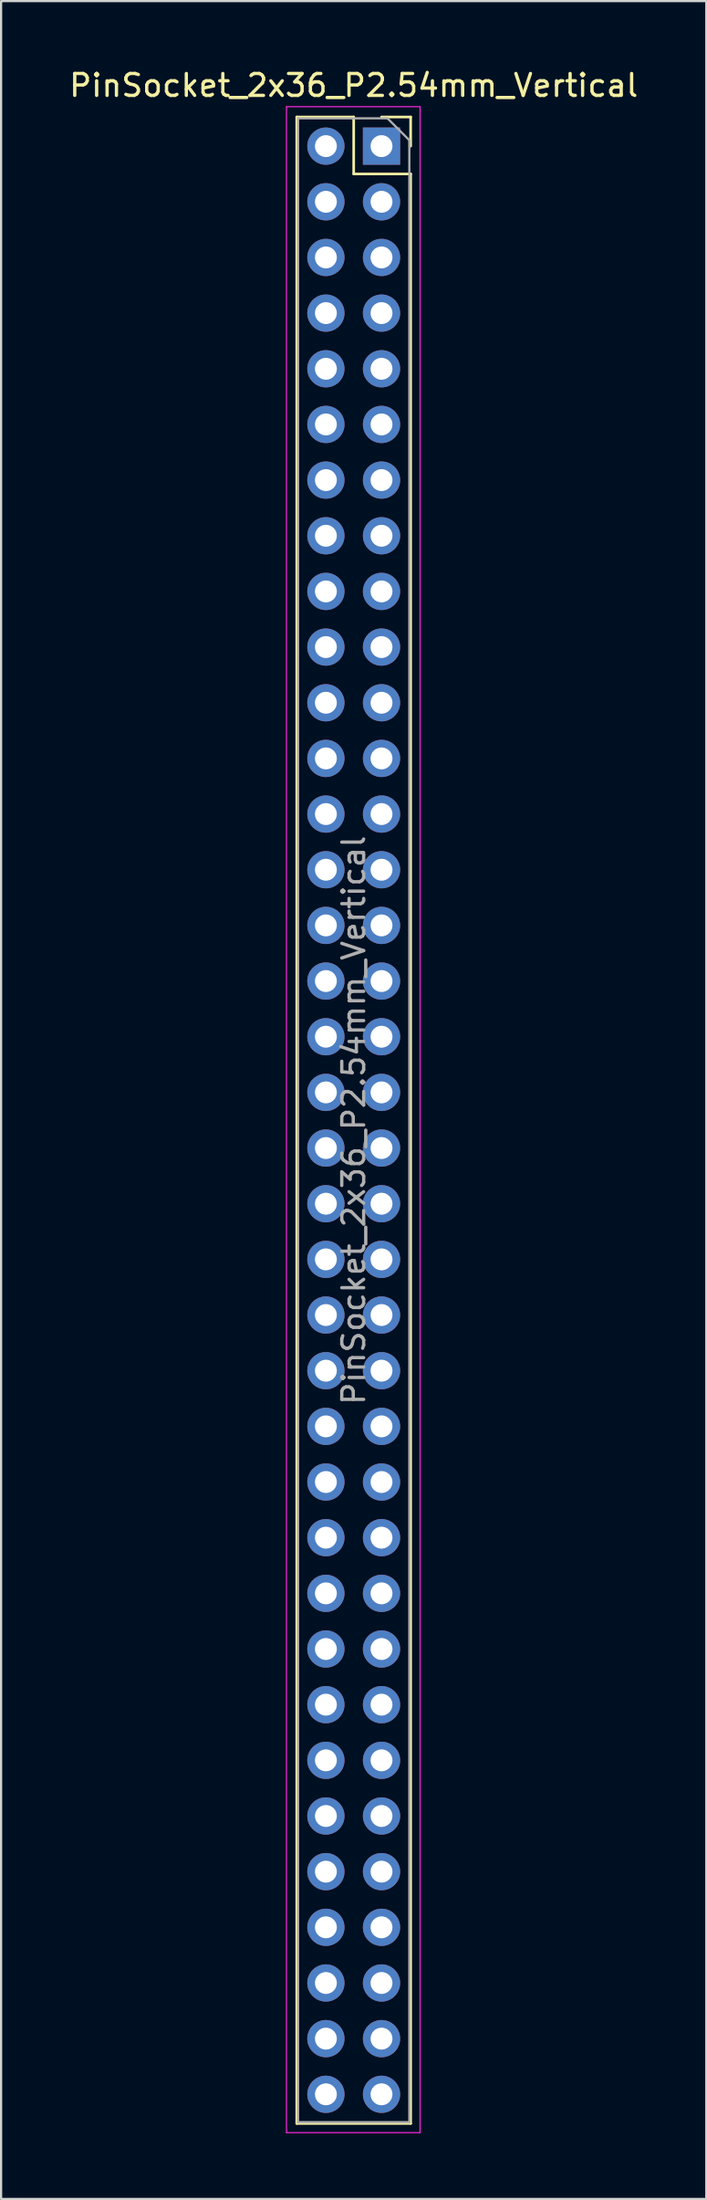
<source format=kicad_pcb>
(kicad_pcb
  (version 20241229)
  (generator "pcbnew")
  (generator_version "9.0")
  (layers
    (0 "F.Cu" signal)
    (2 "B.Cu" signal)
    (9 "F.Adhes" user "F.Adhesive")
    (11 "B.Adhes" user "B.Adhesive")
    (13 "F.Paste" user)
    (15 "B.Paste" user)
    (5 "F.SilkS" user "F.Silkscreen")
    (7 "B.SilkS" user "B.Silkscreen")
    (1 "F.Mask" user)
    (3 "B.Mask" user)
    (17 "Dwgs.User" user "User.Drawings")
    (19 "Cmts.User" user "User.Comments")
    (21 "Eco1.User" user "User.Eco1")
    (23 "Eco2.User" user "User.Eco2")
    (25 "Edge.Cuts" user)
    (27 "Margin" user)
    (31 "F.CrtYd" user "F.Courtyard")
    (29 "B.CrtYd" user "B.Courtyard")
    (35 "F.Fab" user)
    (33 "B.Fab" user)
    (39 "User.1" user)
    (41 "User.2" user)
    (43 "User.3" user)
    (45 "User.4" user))
  (footprint "PinSocket_2x36_P2.54mm_Vertical"
    (layer "F.Cu")
    (at 14.371 3.618)
    (property "Reference" "PinSocket_2x36_P2.54mm_Vertical" (at -1.27 -2.77 0) (layer "F.SilkS") (effects (font (size 1 1) (thickness 0.15))))
    (attr through_hole)
    (fp_line (start -3.87 -1.33) (end -3.87 90.23) (stroke (width 0.12) (type solid)) (layer "F.SilkS"))
    (fp_line (start -3.87 -1.33) (end -1.27 -1.33) (stroke (width 0.12) (type solid)) (layer "F.SilkS"))
    (fp_line (start -3.87 90.23) (end 1.33 90.23) (stroke (width 0.12) (type solid)) (layer "F.SilkS"))
    (fp_line (start -1.27 -1.33) (end -1.27 1.27) (stroke (width 0.12) (type solid)) (layer "F.SilkS"))
    (fp_line (start -1.27 1.27) (end 1.33 1.27) (stroke (width 0.12) (type solid)) (layer "F.SilkS"))
    (fp_line (start 0 -1.33) (end 1.33 -1.33) (stroke (width 0.12) (type solid)) (layer "F.SilkS"))
    (fp_line (start 1.33 -1.33) (end 1.33 0) (stroke (width 0.12) (type solid)) (layer "F.SilkS"))
    (fp_line (start 1.33 1.27) (end 1.33 90.23) (stroke (width 0.12) (type solid)) (layer "F.SilkS"))
    (fp_line (start -4.34 -1.8) (end 1.76 -1.8) (stroke (width 0.05) (type solid)) (layer "F.CrtYd"))
    (fp_line (start -4.34 90.65) (end -4.34 -1.8) (stroke (width 0.05) (type solid)) (layer "F.CrtYd"))
    (fp_line (start 1.76 -1.8) (end 1.76 90.65) (stroke (width 0.05) (type solid)) (layer "F.CrtYd"))
    (fp_line (start 1.76 90.65) (end -4.34 90.65) (stroke (width 0.05) (type solid)) (layer "F.CrtYd"))
    (fp_line (start -3.81 -1.27) (end 0.27 -1.27) (stroke (width 0.1) (type solid)) (layer "F.Fab"))
    (fp_line (start -3.81 90.17) (end -3.81 -1.27) (stroke (width 0.1) (type solid)) (layer "F.Fab"))
    (fp_line (start 0.27 -1.27) (end 1.27 -0.27) (stroke (width 0.1) (type solid)) (layer "F.Fab"))
    (fp_line (start 1.27 -0.27) (end 1.27 90.17) (stroke (width 0.1) (type solid)) (layer "F.Fab"))
    (fp_line (start 1.27 90.17) (end -3.81 90.17) (stroke (width 0.1) (type solid)) (layer "F.Fab"))
    (fp_text user "${REFERENCE}" (at -1.27 44.45 90) (layer "F.Fab") (effects (font (size 1 1) (thickness 0.15))))
    (pad "1" thru_hole rect (at 0 0) (size 1.7 1.7) (drill 1) (layers "*.Cu" "*.Mask"))
    (pad "2" thru_hole circle (at -2.54 0) (size 1.7 1.7) (drill 1) (layers "*.Cu" "*.Mask"))
    (pad "3" thru_hole circle (at 0 2.54) (size 1.7 1.7) (drill 1) (layers "*.Cu" "*.Mask"))
    (pad "4" thru_hole circle (at -2.54 2.54) (size 1.7 1.7) (drill 1) (layers "*.Cu" "*.Mask"))
    (pad "5" thru_hole circle (at 0 5.08) (size 1.7 1.7) (drill 1) (layers "*.Cu" "*.Mask"))
    (pad "6" thru_hole circle (at -2.54 5.08) (size 1.7 1.7) (drill 1) (layers "*.Cu" "*.Mask"))
    (pad "7" thru_hole circle (at 0 7.62) (size 1.7 1.7) (drill 1) (layers "*.Cu" "*.Mask"))
    (pad "8" thru_hole circle (at -2.54 7.62) (size 1.7 1.7) (drill 1) (layers "*.Cu" "*.Mask"))
    (pad "9" thru_hole circle (at 0 10.16) (size 1.7 1.7) (drill 1) (layers "*.Cu" "*.Mask"))
    (pad "10" thru_hole circle (at -2.54 10.16) (size 1.7 1.7) (drill 1) (layers "*.Cu" "*.Mask"))
    (pad "11" thru_hole circle (at 0 12.7) (size 1.7 1.7) (drill 1) (layers "*.Cu" "*.Mask"))
    (pad "12" thru_hole circle (at -2.54 12.7) (size 1.7 1.7) (drill 1) (layers "*.Cu" "*.Mask"))
    (pad "13" thru_hole circle (at 0 15.24) (size 1.7 1.7) (drill 1) (layers "*.Cu" "*.Mask"))
    (pad "14" thru_hole circle (at -2.54 15.24) (size 1.7 1.7) (drill 1) (layers "*.Cu" "*.Mask"))
    (pad "15" thru_hole circle (at 0 17.78) (size 1.7 1.7) (drill 1) (layers "*.Cu" "*.Mask"))
    (pad "16" thru_hole circle (at -2.54 17.78) (size 1.7 1.7) (drill 1) (layers "*.Cu" "*.Mask"))
    (pad "17" thru_hole circle (at 0 20.32) (size 1.7 1.7) (drill 1) (layers "*.Cu" "*.Mask"))
    (pad "18" thru_hole circle (at -2.54 20.32) (size 1.7 1.7) (drill 1) (layers "*.Cu" "*.Mask"))
    (pad "19" thru_hole circle (at 0 22.86) (size 1.7 1.7) (drill 1) (layers "*.Cu" "*.Mask"))
    (pad "20" thru_hole circle (at -2.54 22.86) (size 1.7 1.7) (drill 1) (layers "*.Cu" "*.Mask"))
    (pad "21" thru_hole circle (at 0 25.4) (size 1.7 1.7) (drill 1) (layers "*.Cu" "*.Mask"))
    (pad "22" thru_hole circle (at -2.54 25.4) (size 1.7 1.7) (drill 1) (layers "*.Cu" "*.Mask"))
    (pad "23" thru_hole circle (at 0 27.94) (size 1.7 1.7) (drill 1) (layers "*.Cu" "*.Mask"))
    (pad "24" thru_hole circle (at -2.54 27.94) (size 1.7 1.7) (drill 1) (layers "*.Cu" "*.Mask"))
    (pad "25" thru_hole circle (at 0 30.48) (size 1.7 1.7) (drill 1) (layers "*.Cu" "*.Mask"))
    (pad "26" thru_hole circle (at -2.54 30.48) (size 1.7 1.7) (drill 1) (layers "*.Cu" "*.Mask"))
    (pad "27" thru_hole circle (at 0 33.02) (size 1.7 1.7) (drill 1) (layers "*.Cu" "*.Mask"))
    (pad "28" thru_hole circle (at -2.54 33.02) (size 1.7 1.7) (drill 1) (layers "*.Cu" "*.Mask"))
    (pad "29" thru_hole circle (at 0 35.56) (size 1.7 1.7) (drill 1) (layers "*.Cu" "*.Mask"))
    (pad "30" thru_hole circle (at -2.54 35.56) (size 1.7 1.7) (drill 1) (layers "*.Cu" "*.Mask"))
    (pad "31" thru_hole circle (at 0 38.1) (size 1.7 1.7) (drill 1) (layers "*.Cu" "*.Mask"))
    (pad "32" thru_hole circle (at -2.54 38.1) (size 1.7 1.7) (drill 1) (layers "*.Cu" "*.Mask"))
    (pad "33" thru_hole circle (at 0 40.64) (size 1.7 1.7) (drill 1) (layers "*.Cu" "*.Mask"))
    (pad "34" thru_hole circle (at -2.54 40.64) (size 1.7 1.7) (drill 1) (layers "*.Cu" "*.Mask"))
    (pad "35" thru_hole circle (at 0 43.18) (size 1.7 1.7) (drill 1) (layers "*.Cu" "*.Mask"))
    (pad "36" thru_hole circle (at -2.54 43.18) (size 1.7 1.7) (drill 1) (layers "*.Cu" "*.Mask"))
    (pad "37" thru_hole circle (at 0 45.72) (size 1.7 1.7) (drill 1) (layers "*.Cu" "*.Mask"))
    (pad "38" thru_hole circle (at -2.54 45.72) (size 1.7 1.7) (drill 1) (layers "*.Cu" "*.Mask"))
    (pad "39" thru_hole circle (at 0 48.26) (size 1.7 1.7) (drill 1) (layers "*.Cu" "*.Mask"))
    (pad "40" thru_hole circle (at -2.54 48.26) (size 1.7 1.7) (drill 1) (layers "*.Cu" "*.Mask"))
    (pad "41" thru_hole circle (at 0 50.8) (size 1.7 1.7) (drill 1) (layers "*.Cu" "*.Mask"))
    (pad "42" thru_hole circle (at -2.54 50.8) (size 1.7 1.7) (drill 1) (layers "*.Cu" "*.Mask"))
    (pad "43" thru_hole circle (at 0 53.34) (size 1.7 1.7) (drill 1) (layers "*.Cu" "*.Mask"))
    (pad "44" thru_hole circle (at -2.54 53.34) (size 1.7 1.7) (drill 1) (layers "*.Cu" "*.Mask"))
    (pad "45" thru_hole circle (at 0 55.88) (size 1.7 1.7) (drill 1) (layers "*.Cu" "*.Mask"))
    (pad "46" thru_hole circle (at -2.54 55.88) (size 1.7 1.7) (drill 1) (layers "*.Cu" "*.Mask"))
    (pad "47" thru_hole circle (at 0 58.42) (size 1.7 1.7) (drill 1) (layers "*.Cu" "*.Mask"))
    (pad "48" thru_hole circle (at -2.54 58.42) (size 1.7 1.7) (drill 1) (layers "*.Cu" "*.Mask"))
    (pad "49" thru_hole circle (at 0 60.96) (size 1.7 1.7) (drill 1) (layers "*.Cu" "*.Mask"))
    (pad "50" thru_hole circle (at -2.54 60.96) (size 1.7 1.7) (drill 1) (layers "*.Cu" "*.Mask"))
    (pad "51" thru_hole circle (at 0 63.5) (size 1.7 1.7) (drill 1) (layers "*.Cu" "*.Mask"))
    (pad "52" thru_hole circle (at -2.54 63.5) (size 1.7 1.7) (drill 1) (layers "*.Cu" "*.Mask"))
    (pad "53" thru_hole circle (at 0 66.04) (size 1.7 1.7) (drill 1) (layers "*.Cu" "*.Mask"))
    (pad "54" thru_hole circle (at -2.54 66.04) (size 1.7 1.7) (drill 1) (layers "*.Cu" "*.Mask"))
    (pad "55" thru_hole circle (at 0 68.58) (size 1.7 1.7) (drill 1) (layers "*.Cu" "*.Mask"))
    (pad "56" thru_hole circle (at -2.54 68.58) (size 1.7 1.7) (drill 1) (layers "*.Cu" "*.Mask"))
    (pad "57" thru_hole circle (at 0 71.12) (size 1.7 1.7) (drill 1) (layers "*.Cu" "*.Mask"))
    (pad "58" thru_hole circle (at -2.54 71.12) (size 1.7 1.7) (drill 1) (layers "*.Cu" "*.Mask"))
    (pad "59" thru_hole circle (at 0 73.66) (size 1.7 1.7) (drill 1) (layers "*.Cu" "*.Mask"))
    (pad "60" thru_hole circle (at -2.54 73.66) (size 1.7 1.7) (drill 1) (layers "*.Cu" "*.Mask"))
    (pad "61" thru_hole circle (at 0 76.2) (size 1.7 1.7) (drill 1) (layers "*.Cu" "*.Mask"))
    (pad "62" thru_hole circle (at -2.54 76.2) (size 1.7 1.7) (drill 1) (layers "*.Cu" "*.Mask"))
    (pad "63" thru_hole circle (at 0 78.74) (size 1.7 1.7) (drill 1) (layers "*.Cu" "*.Mask"))
    (pad "64" thru_hole circle (at -2.54 78.74) (size 1.7 1.7) (drill 1) (layers "*.Cu" "*.Mask"))
    (pad "65" thru_hole circle (at 0 81.28) (size 1.7 1.7) (drill 1) (layers "*.Cu" "*.Mask"))
    (pad "66" thru_hole circle (at -2.54 81.28) (size 1.7 1.7) (drill 1) (layers "*.Cu" "*.Mask"))
    (pad "67" thru_hole circle (at 0 83.82) (size 1.7 1.7) (drill 1) (layers "*.Cu" "*.Mask"))
    (pad "68" thru_hole circle (at -2.54 83.82) (size 1.7 1.7) (drill 1) (layers "*.Cu" "*.Mask"))
    (pad "69" thru_hole circle (at 0 86.36) (size 1.7 1.7) (drill 1) (layers "*.Cu" "*.Mask"))
    (pad "70" thru_hole circle (at -2.54 86.36) (size 1.7 1.7) (drill 1) (layers "*.Cu" "*.Mask"))
    (pad "71" thru_hole circle (at 0 88.9) (size 1.7 1.7) (drill 1) (layers "*.Cu" "*.Mask"))
    (pad "72" thru_hole circle (at -2.54 88.9) (size 1.7 1.7) (drill 1) (layers "*.Cu" "*.Mask")))
  (gr_rect
    (start -3 -3)
    (end 29.202 97.293)
    (stroke (width 0.1) (type default))
    (fill no)
    (layer "Edge.Cuts")))
</source>
